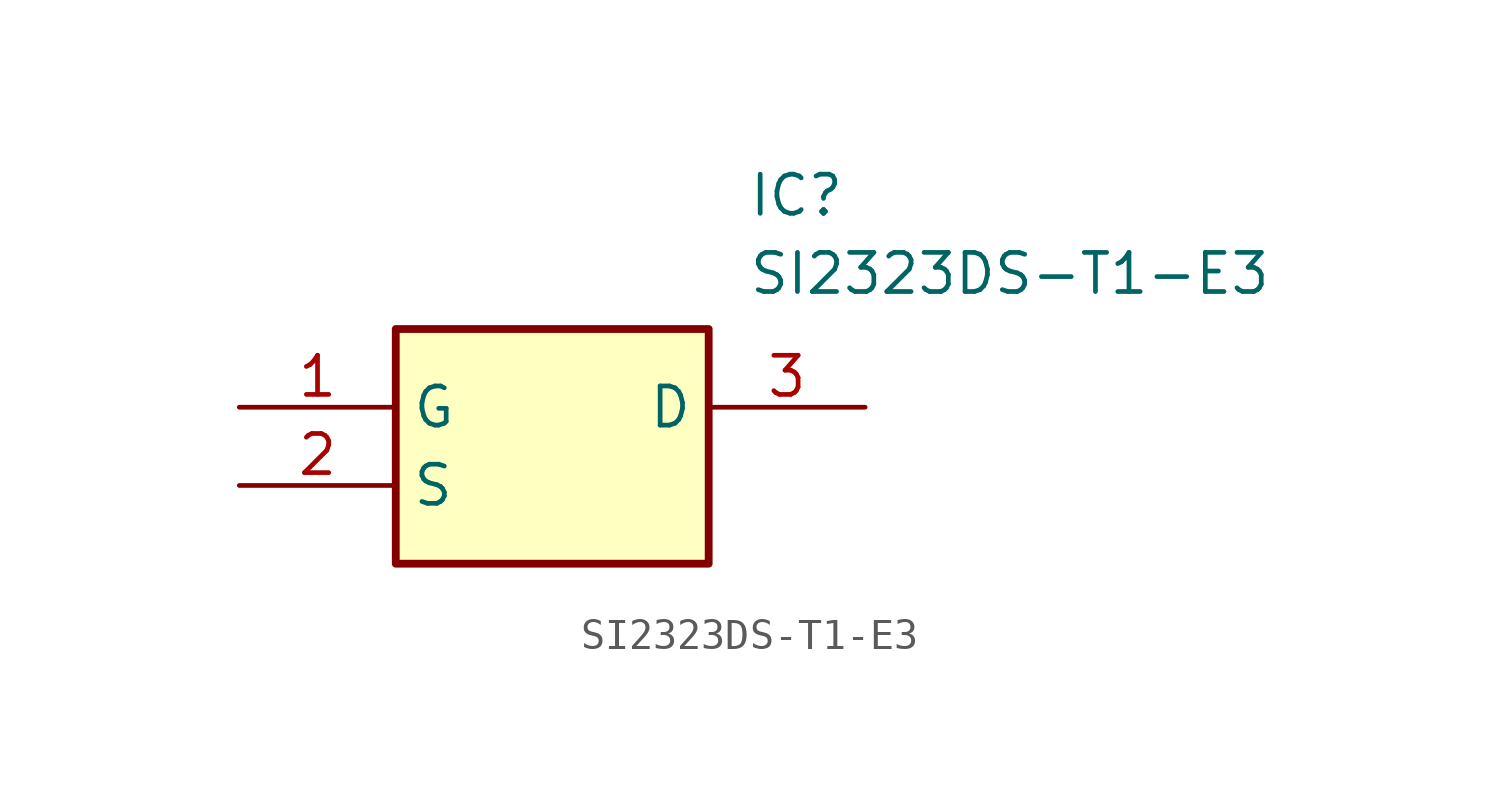
<source format=kicad_sym>
(kicad_symbol_lib
  (version 20211014)
  (generator SamacSys_ECAD_Model)
  (symbol "SI2323DS-T1-E3"
    (property "Reference" "IC"
      (at 16.51 7.62 0)
      (effects (font (size 1.27 1.27)) (justify left top)))
    (property "Value" "SI2323DS-T1-E3"
      (at 16.51 5.08 0)
      (effects (font (size 1.27 1.27)) (justify left top)))
    (rectangle
      (start 5.08 2.54)
      (end 15.24 -5.08)
      (stroke (width 0.254) (type default))
      (fill (type background)))
    (pin passive line
      (at 0 0 0)
      (length 5.08)
      (name "G" (effects (font (size 1.27 1.27))))
      (number "1" (effects (font (size 1.27 1.27)))))
    (pin passive line
      (at 0 -2.54 0)
      (length 5.08)
      (name "S" (effects (font (size 1.27 1.27))))
      (number "2" (effects (font (size 1.27 1.27)))))
    (pin passive line
      (at 20.32 0 180)
      (length 5.08)
      (name "D" (effects (font (size 1.27 1.27))))
      (number "3" (effects (font (size 1.27 1.27)))))))
</source>
